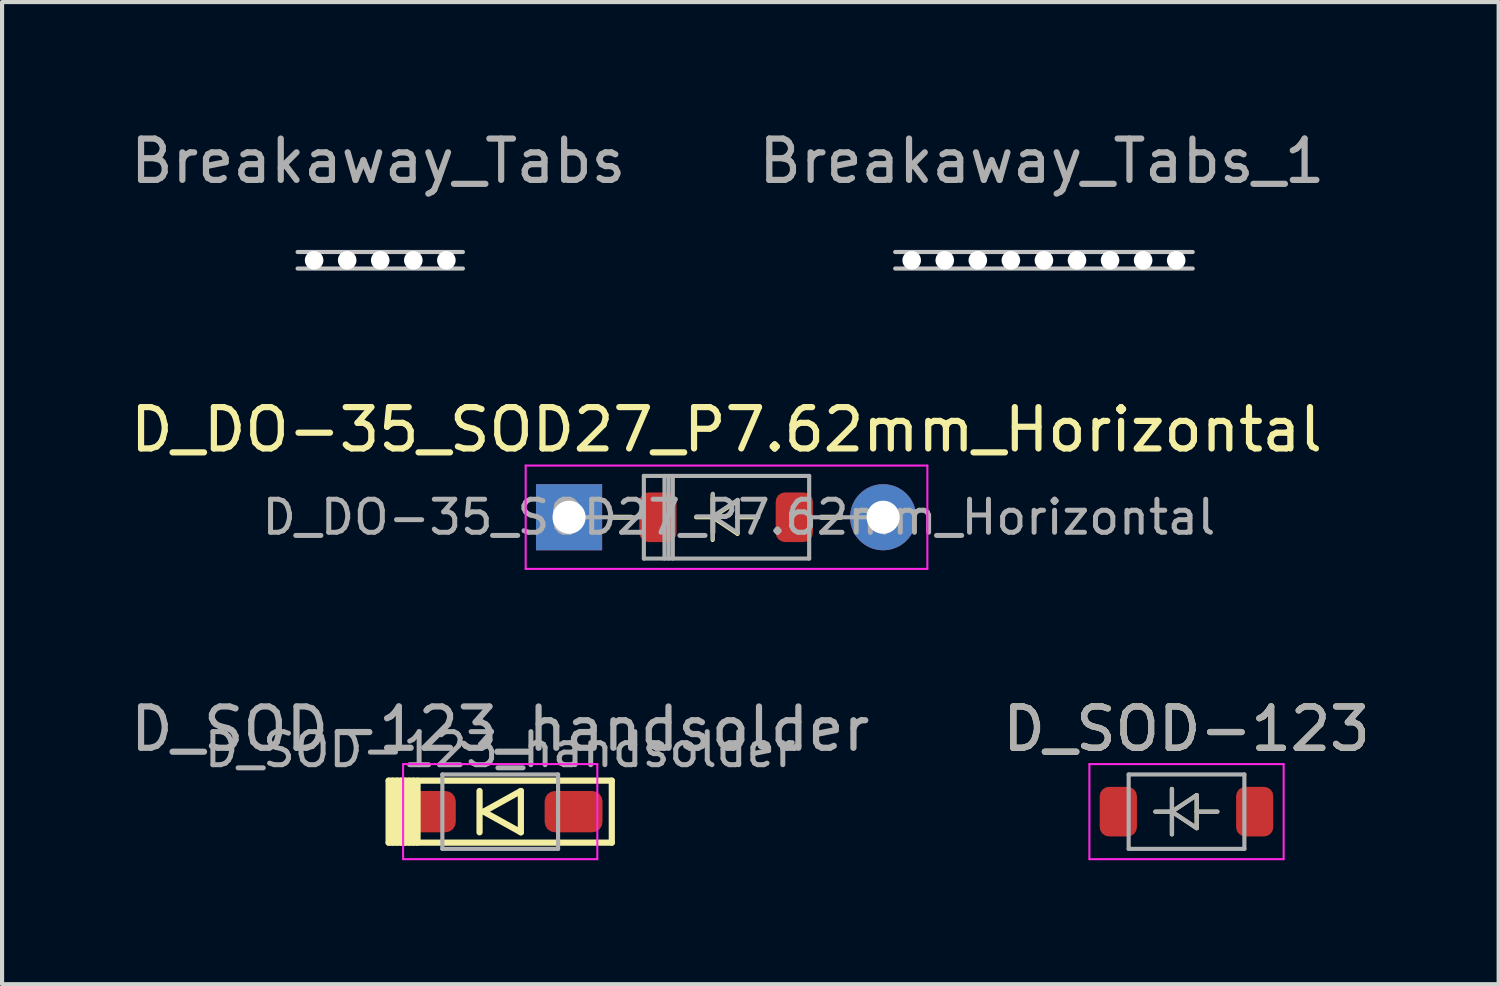
<source format=kicad_pcb>
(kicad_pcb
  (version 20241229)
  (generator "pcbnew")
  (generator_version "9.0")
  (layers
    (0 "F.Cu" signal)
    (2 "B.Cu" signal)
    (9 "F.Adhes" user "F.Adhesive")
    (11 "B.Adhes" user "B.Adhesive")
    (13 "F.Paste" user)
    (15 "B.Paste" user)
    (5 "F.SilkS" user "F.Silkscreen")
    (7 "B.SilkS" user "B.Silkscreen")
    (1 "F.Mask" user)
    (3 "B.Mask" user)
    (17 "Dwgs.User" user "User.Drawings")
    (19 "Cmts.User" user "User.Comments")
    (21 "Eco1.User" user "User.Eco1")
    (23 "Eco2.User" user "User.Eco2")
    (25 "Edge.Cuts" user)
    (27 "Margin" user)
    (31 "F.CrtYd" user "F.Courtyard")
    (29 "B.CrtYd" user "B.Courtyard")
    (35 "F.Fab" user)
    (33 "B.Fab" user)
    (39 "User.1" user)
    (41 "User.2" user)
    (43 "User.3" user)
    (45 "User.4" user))
  (footprint "D_SOD-123_handsolder"
    (layer "F.Cu")
    (at 9.054 16.59)
    (property "Reference" "D_SOD-123_handsolder" (at 0 -1.5 0) (layer "F.Fab") (effects (font (size 0.8 0.8) (thickness 0.12))))
    (attr smd)
    (fp_line (start -2.7 -0.75) (end -2.7 0.75) (stroke (width 0.15) (type solid)) (layer "F.SilkS"))
    (fp_line (start -2.7 0.75) (end 2.7 0.75) (stroke (width 0.15) (type solid)) (layer "F.SilkS"))
    (fp_line (start -2.6 -0.75) (end -2.6 0.75) (stroke (width 0.15) (type solid)) (layer "F.SilkS"))
    (fp_line (start -2.5 -0.75) (end -2.5 0.75) (stroke (width 0.15) (type solid)) (layer "F.SilkS"))
    (fp_line (start -2.4 -0.75) (end -2.4 0.75) (stroke (width 0.15) (type solid)) (layer "F.SilkS"))
    (fp_line (start -2.3 -0.75) (end -2.3 0.75) (stroke (width 0.15) (type solid)) (layer "F.SilkS"))
    (fp_line (start -2.2 -0.75) (end -2.2 0.75) (stroke (width 0.15) (type solid)) (layer "F.SilkS"))
    (fp_line (start -2.1 -0.75) (end -2.1 0.75) (stroke (width 0.15) (type solid)) (layer "F.SilkS"))
    (fp_line (start -2 -0.75) (end -2 0.75) (stroke (width 0.15) (type solid)) (layer "F.SilkS"))
    (fp_line (start -0.5 -0.5) (end -0.5 0.5) (stroke (width 0.15) (type solid)) (layer "F.SilkS"))
    (fp_line (start -0.4 0) (end 0.5 -0.5) (stroke (width 0.15) (type solid)) (layer "F.SilkS"))
    (fp_line (start 0.5 -0.5) (end 0.5 0.5) (stroke (width 0.15) (type solid)) (layer "F.SilkS"))
    (fp_line (start 0.5 0.5) (end -0.4 0) (stroke (width 0.15) (type solid)) (layer "F.SilkS"))
    (fp_line (start 2.7 -0.75) (end -2.7 -0.75) (stroke (width 0.15) (type solid)) (layer "F.SilkS"))
    (fp_line (start 2.7 -0.75) (end 2.7 0.75) (stroke (width 0.15) (type solid)) (layer "F.SilkS"))
    (fp_line (start -2.35 -1.15) (end -2.35 1.15) (stroke (width 0.05) (type solid)) (layer "F.CrtYd"))
    (fp_line (start -2.35 -1.15) (end 2.35 -1.15) (stroke (width 0.05) (type solid)) (layer "F.CrtYd"))
    (fp_line (start 2.35 -1.15) (end 2.35 1.15) (stroke (width 0.05) (type solid)) (layer "F.CrtYd"))
    (fp_line (start 2.35 1.15) (end -2.35 1.15) (stroke (width 0.05) (type solid)) (layer "F.CrtYd"))
    (fp_line (start -1.4 -0.9) (end 1.4 -0.9) (stroke (width 0.1) (type solid)) (layer "F.Fab"))
    (fp_line (start -1.4 0.9) (end -1.4 -0.9) (stroke (width 0.1) (type solid)) (layer "F.Fab"))
    (fp_line (start 1.4 -0.9) (end 1.4 0.9) (stroke (width 0.1) (type solid)) (layer "F.Fab"))
    (fp_line (start 1.4 0.9) (end -1.4 0.9) (stroke (width 0.1) (type solid)) (layer "F.Fab"))
    (fp_text user "${REFERENCE}" (at 0 -2 0) (layer "F.Fab") (effects (font (size 1 1) (thickness 0.15))))
    (pad "1" smd roundrect (at -1.775 0) (size 1.4 1) (layers "F.Cu" "F.Mask" "F.Paste") (roundrect_rratio 0.25))
    (pad "2" smd roundrect (at 1.775 0) (size 1.4 1) (layers "F.Cu" "F.Mask" "F.Paste") (roundrect_rratio 0.25)))
  (footprint "D_SOD-123"
    (layer "F.Cu")
    (at 25.661 16.59)
    (property "Reference" "D_SOD-123" (at 0 -2 0) (layer "F.SilkS") (effects (font (size 1 1) (thickness 0.15))))
    (attr smd)
    (fp_line (start -0.756 0) (end -0.356 0) (stroke (width 0.1) (type solid)) (layer "F.SilkS"))
    (fp_line (start -0.356 0) (end -0.356 -0.55) (stroke (width 0.1) (type solid)) (layer "F.SilkS"))
    (fp_line (start -0.356 0) (end -0.356 0.55) (stroke (width 0.1) (type solid)) (layer "F.SilkS"))
    (fp_line (start -0.356 0) (end 0.244 -0.4) (stroke (width 0.1) (type solid)) (layer "F.SilkS"))
    (fp_line (start 0.244 -0.4) (end 0.244 0.4) (stroke (width 0.1) (type solid)) (layer "F.SilkS"))
    (fp_line (start 0.244 0) (end 0.744 0) (stroke (width 0.1) (type solid)) (layer "F.SilkS"))
    (fp_line (start 0.244 0.4) (end -0.356 0) (stroke (width 0.1) (type solid)) (layer "F.SilkS"))
    (fp_line (start -2.35 -1.15) (end -2.35 1.15) (stroke (width 0.05) (type solid)) (layer "F.CrtYd"))
    (fp_line (start -2.35 -1.15) (end 2.35 -1.15) (stroke (width 0.05) (type solid)) (layer "F.CrtYd"))
    (fp_line (start 2.35 -1.15) (end 2.35 1.15) (stroke (width 0.05) (type solid)) (layer "F.CrtYd"))
    (fp_line (start 2.35 1.15) (end -2.35 1.15) (stroke (width 0.05) (type solid)) (layer "F.CrtYd"))
    (fp_line (start -1.4 -0.9) (end 1.4 -0.9) (stroke (width 0.1) (type solid)) (layer "F.Fab"))
    (fp_line (start -1.4 0.9) (end -1.4 -0.9) (stroke (width 0.1) (type solid)) (layer "F.Fab"))
    (fp_line (start -0.75 0) (end -0.35 0) (stroke (width 0.1) (type solid)) (layer "F.Fab"))
    (fp_line (start -0.35 0) (end -0.35 -0.55) (stroke (width 0.1) (type solid)) (layer "F.Fab"))
    (fp_line (start -0.35 0) (end -0.35 0.55) (stroke (width 0.1) (type solid)) (layer "F.Fab"))
    (fp_line (start -0.35 0) (end 0.25 -0.4) (stroke (width 0.1) (type solid)) (layer "F.Fab"))
    (fp_line (start 0.25 -0.4) (end 0.25 0.4) (stroke (width 0.1) (type solid)) (layer "F.Fab"))
    (fp_line (start 0.25 0) (end 0.75 0) (stroke (width 0.1) (type solid)) (layer "F.Fab"))
    (fp_line (start 0.25 0.4) (end -0.35 0) (stroke (width 0.1) (type solid)) (layer "F.Fab"))
    (fp_line (start 1.4 -0.9) (end 1.4 0.9) (stroke (width 0.1) (type solid)) (layer "F.Fab"))
    (fp_line (start 1.4 0.9) (end -1.4 0.9) (stroke (width 0.1) (type solid)) (layer "F.Fab"))
    (fp_text user "${REFERENCE}" (at 0 -2 0) (layer "F.Fab") (effects (font (size 1 1) (thickness 0.15))))
    (pad "1" smd roundrect (at -1.65 0) (size 0.9 1.2) (layers "F.Cu" "F.Mask" "F.Paste") (roundrect_rratio 0.25))
    (pad "2" smd roundrect (at 1.65 0) (size 0.9 1.2) (layers "F.Cu" "F.Mask" "F.Paste") (roundrect_rratio 0.25)))
  (footprint "Breakaway_Tabs_1"
    (layer "F.Cu")
    (at 22.211 3.248)
    (property "Reference" "Breakaway_Tabs_1" (at -0.05 -2.4 0) (layer "F.Fab") (effects (font (size 1 1) (thickness 0.15))))
    (attr through_hole)
    (fp_line (start -3.6 -0.2) (end 3.6 -0.2) (stroke (width 0.1) (type solid)) (layer "Dwgs.User"))
    (fp_line (start -3.6 0.2) (end 3.6 0.2) (stroke (width 0.1) (type solid)) (layer "Dwgs.User"))
    (pad "" np_thru_hole circle (at -3.2 0 180) (size 0.45 0.45) (drill 0.45) (layers "*.Cu" "*.Mask"))
    (pad "" np_thru_hole circle (at -2.4 0 180) (size 0.45 0.45) (drill 0.45) (layers "*.Cu" "*.Mask"))
    (pad "" np_thru_hole circle (at -1.6 0 180) (size 0.45 0.45) (drill 0.45) (layers "*.Cu" "*.Mask"))
    (pad "" np_thru_hole circle (at -0.8 0 180) (size 0.45 0.45) (drill 0.45) (layers "*.Cu" "*.Mask"))
    (pad "" np_thru_hole circle (at 0 0 180) (size 0.45 0.45) (drill 0.45) (layers "*.Cu" "*.Mask"))
    (pad "" np_thru_hole circle (at 0.8 0 180) (size 0.45 0.45) (drill 0.45) (layers "*.Cu" "*.Mask"))
    (pad "" np_thru_hole circle (at 1.6 0 180) (size 0.45 0.45) (drill 0.45) (layers "*.Cu" "*.Mask"))
    (pad "" np_thru_hole circle (at 2.4 0 180) (size 0.45 0.45) (drill 0.45) (layers "*.Cu" "*.Mask"))
    (pad "" np_thru_hole circle (at 3.2 0 180) (size 0.45 0.45) (drill 0.45) (layers "*.Cu" "*.Mask")))
  (footprint "D_DO-35_SOD27_P7.62mm_Horizontal"
    (layer "F.Cu")
    (at 14.52 9.466)
    (property "Reference" "D_DO-35_SOD27_P7.62mm_Horizontal" (at 0.01 -2.12 180) (layer "F.SilkS") (effects (font (size 1 1) (thickness 0.15))))
    (attr through_hole)
    (fp_line (start -2.76 0) (end -2.3 0) (stroke (width 0.12) (type solid)) (layer "F.SilkS"))
    (fp_line (start -0.726 0) (end -0.326 0) (stroke (width 0.1) (type solid)) (layer "F.SilkS"))
    (fp_line (start -0.326 0) (end -0.326 -0.55) (stroke (width 0.1) (type solid)) (layer "F.SilkS"))
    (fp_line (start -0.326 0) (end -0.326 0.55) (stroke (width 0.1) (type solid)) (layer "F.SilkS"))
    (fp_line (start -0.326 0) (end 0.274 -0.4) (stroke (width 0.1) (type solid)) (layer "F.SilkS"))
    (fp_line (start 0.274 -0.4) (end 0.274 0.4) (stroke (width 0.1) (type solid)) (layer "F.SilkS"))
    (fp_line (start 0.274 0) (end 0.774 0) (stroke (width 0.1) (type solid)) (layer "F.SilkS"))
    (fp_line (start 0.274 0.4) (end -0.326 0) (stroke (width 0.1) (type solid)) (layer "F.SilkS"))
    (fp_line (start 2.78 0) (end 2.3 0) (stroke (width 0.12) (type solid)) (layer "F.SilkS"))
    (fp_line (start -4.85 -1.25) (end -4.85 1.25) (stroke (width 0.05) (type solid)) (layer "F.CrtYd"))
    (fp_line (start -4.85 1.25) (end 4.87 1.25) (stroke (width 0.05) (type solid)) (layer "F.CrtYd"))
    (fp_line (start 4.87 -1.25) (end -4.85 -1.25) (stroke (width 0.05) (type solid)) (layer "F.CrtYd"))
    (fp_line (start 4.87 1.25) (end 4.87 -1.25) (stroke (width 0.05) (type solid)) (layer "F.CrtYd"))
    (fp_line (start -3.8 0) (end -1.99 0) (stroke (width 0.1) (type solid)) (layer "F.Fab"))
    (fp_line (start -1.99 -1) (end -1.99 1) (stroke (width 0.1) (type solid)) (layer "F.Fab"))
    (fp_line (start -1.99 1) (end 2.01 1) (stroke (width 0.1) (type solid)) (layer "F.Fab"))
    (fp_line (start -1.49 -1) (end -1.49 1) (stroke (width 0.1) (type solid)) (layer "F.Fab"))
    (fp_line (start -1.39 -1) (end -1.39 1) (stroke (width 0.1) (type solid)) (layer "F.Fab"))
    (fp_line (start -1.29 -1) (end -1.29 1) (stroke (width 0.1) (type solid)) (layer "F.Fab"))
    (fp_line (start -0.72 -0.02) (end -0.32 -0.02) (stroke (width 0.1) (type solid)) (layer "F.Fab"))
    (fp_line (start -0.32 -0.02) (end -0.32 -0.57) (stroke (width 0.1) (type solid)) (layer "F.Fab"))
    (fp_line (start -0.32 -0.02) (end -0.32 0.53) (stroke (width 0.1) (type solid)) (layer "F.Fab"))
    (fp_line (start -0.32 -0.02) (end 0.28 -0.42) (stroke (width 0.1) (type solid)) (layer "F.Fab"))
    (fp_line (start 0.28 -0.42) (end 0.28 0.38) (stroke (width 0.1) (type solid)) (layer "F.Fab"))
    (fp_line (start 0.28 -0.02) (end 0.78 -0.02) (stroke (width 0.1) (type solid)) (layer "F.Fab"))
    (fp_line (start 0.28 0.38) (end -0.32 -0.02) (stroke (width 0.1) (type solid)) (layer "F.Fab"))
    (fp_line (start 2.01 -1) (end -1.99 -1) (stroke (width 0.1) (type solid)) (layer "F.Fab"))
    (fp_line (start 2.01 1) (end 2.01 -1) (stroke (width 0.1) (type solid)) (layer "F.Fab"))
    (fp_line (start 3.82 0) (end 2.01 0) (stroke (width 0.1) (type solid)) (layer "F.Fab"))
    (fp_text user "${REFERENCE}" (at 0.31 0 180) (layer "F.Fab") (effects (font (size 0.8 0.8) (thickness 0.12))))
    (pad "1" thru_hole rect (at -3.8 0) (size 1.6 1.6) (drill 0.8) (layers "*.Cu" "*.Mask"))
    (pad "1" smd roundrect (at -1.65 0) (size 0.9 1.2) (layers "F.Cu" "F.Mask" "F.Paste") (roundrect_rratio 0.25))
    (pad "2" smd roundrect (at 1.65 0) (size 0.9 1.2) (layers "F.Cu" "F.Mask" "F.Paste") (roundrect_rratio 0.25))
    (pad "2" thru_hole oval (at 3.8 0) (size 1.6 1.6) (drill 0.8) (layers "*.Cu" "*.Mask")))
  (footprint "Breakaway_Tabs"
    (layer "F.Cu")
    (at 6.151 3.248)
    (property "Reference" "Breakaway_Tabs" (at -0.05 -2.4 0) (layer "F.Fab") (effects (font (size 1 1) (thickness 0.15))))
    (attr through_hole)
    (fp_line (start -2 -0.2) (end 2 -0.2) (stroke (width 0.1) (type solid)) (layer "Dwgs.User"))
    (fp_line (start -2 0.2) (end 2 0.2) (stroke (width 0.1) (type solid)) (layer "Dwgs.User"))
    (pad "" np_thru_hole circle (at -1.6 0 180) (size 0.45 0.45) (drill 0.45) (layers "*.Cu" "*.Mask"))
    (pad "" np_thru_hole circle (at -0.8 0 180) (size 0.45 0.45) (drill 0.45) (layers "*.Cu" "*.Mask"))
    (pad "" np_thru_hole circle (at 0 0 180) (size 0.45 0.45) (drill 0.45) (layers "*.Cu" "*.Mask"))
    (pad "" np_thru_hole circle (at 0.8 0 180) (size 0.45 0.45) (drill 0.45) (layers "*.Cu" "*.Mask"))
    (pad "" np_thru_hole circle (at 1.6 0 180) (size 0.45 0.45) (drill 0.45) (layers "*.Cu" "*.Mask")))
  (gr_rect
    (start -3 -3)
    (end 33.214 20.765)
    (stroke (width 0.1) (type default))
    (fill no)
    (layer "Edge.Cuts")))
</source>
